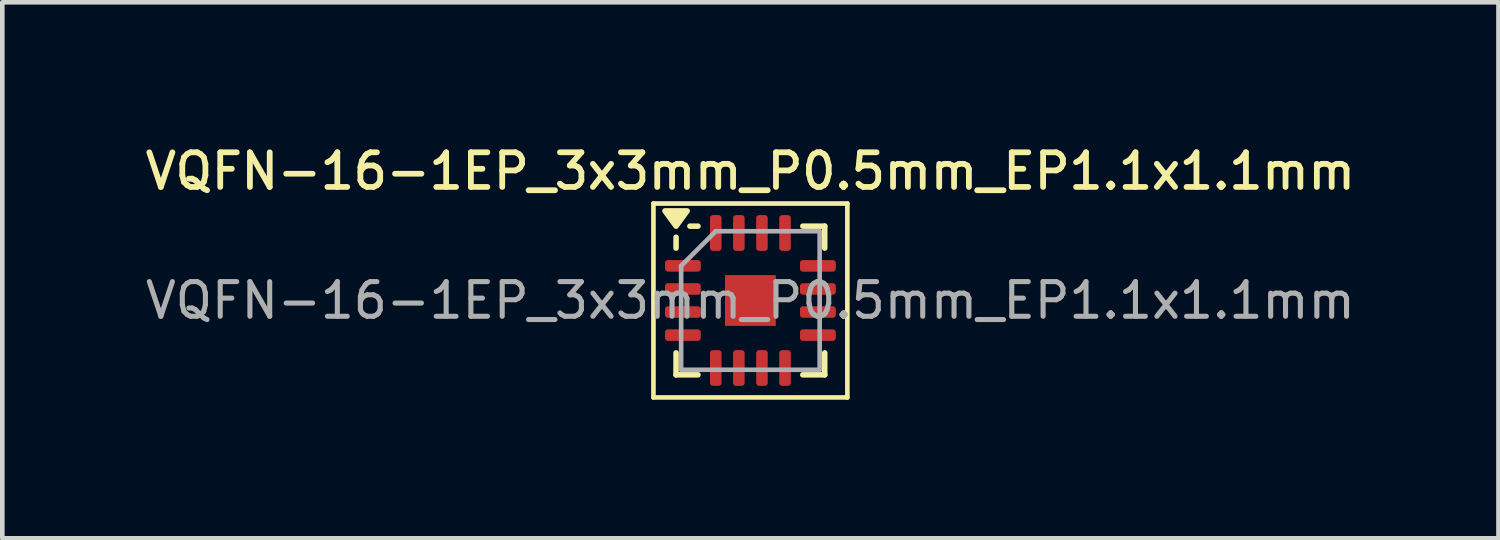
<source format=kicad_pcb>
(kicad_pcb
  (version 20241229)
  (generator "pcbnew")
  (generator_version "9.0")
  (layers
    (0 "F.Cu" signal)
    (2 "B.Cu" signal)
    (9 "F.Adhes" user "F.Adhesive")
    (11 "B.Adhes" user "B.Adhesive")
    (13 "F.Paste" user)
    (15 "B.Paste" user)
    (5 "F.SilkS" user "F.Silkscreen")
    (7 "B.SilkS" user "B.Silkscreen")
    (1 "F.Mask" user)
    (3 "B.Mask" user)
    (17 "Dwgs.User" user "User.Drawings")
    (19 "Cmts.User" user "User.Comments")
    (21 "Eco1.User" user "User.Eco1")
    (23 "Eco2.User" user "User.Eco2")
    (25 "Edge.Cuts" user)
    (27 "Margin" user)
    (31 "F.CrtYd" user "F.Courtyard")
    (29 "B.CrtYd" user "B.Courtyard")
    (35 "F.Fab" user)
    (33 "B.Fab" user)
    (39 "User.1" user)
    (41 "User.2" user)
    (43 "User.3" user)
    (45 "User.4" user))
  (footprint "VQFN-16-1EP_3x3mm_P0.5mm_EP1.1x1.1mm"
    (layer "F.Cu")
    (at 13.202 3.458)
    (property "Reference" "VQFN-16-1EP_3x3mm_P0.5mm_EP1.1x1.1mm" (at 0 -2.8 0) (layer "F.SilkS") (effects (font (size 0.75 0.75) (thickness 0.125))))
    (attr smd)
    (fp_line (start -2.1 -2.1) (end -2.1 2.1) (stroke (width 0.1) (type solid)) (layer "F.SilkS"))
    (fp_line (start -2.1 2.1) (end 2.1 2.1) (stroke (width 0.1) (type solid)) (layer "F.SilkS"))
    (fp_line (start -1.61 -1.135) (end -1.61 -1.37) (stroke (width 0.12) (type solid)) (layer "F.SilkS"))
    (fp_line (start -1.61 1.61) (end -1.61 1.135) (stroke (width 0.12) (type solid)) (layer "F.SilkS"))
    (fp_line (start -1.135 -1.61) (end -1.31 -1.61) (stroke (width 0.12) (type solid)) (layer "F.SilkS"))
    (fp_line (start -1.135 1.61) (end -1.61 1.61) (stroke (width 0.12) (type solid)) (layer "F.SilkS"))
    (fp_line (start 1.135 -1.61) (end 1.61 -1.61) (stroke (width 0.12) (type solid)) (layer "F.SilkS"))
    (fp_line (start 1.135 1.61) (end 1.61 1.61) (stroke (width 0.12) (type solid)) (layer "F.SilkS"))
    (fp_line (start 1.61 -1.61) (end 1.61 -1.135) (stroke (width 0.12) (type solid)) (layer "F.SilkS"))
    (fp_line (start 1.61 1.61) (end 1.61 1.135) (stroke (width 0.12) (type solid)) (layer "F.SilkS"))
    (fp_line (start 2.1 -2.1) (end -2.1 -2.1) (stroke (width 0.1) (type solid)) (layer "F.SilkS"))
    (fp_line (start 2.1 2.1) (end 2.1 -2.1) (stroke (width 0.1) (type solid)) (layer "F.SilkS"))
    (fp_poly (pts (xy -1.61 -1.61) (xy -1.85 -1.94) (xy -1.37 -1.94) (xy -1.61 -1.61)) (stroke (width 0.12) (type solid)) (fill yes) (layer "F.SilkS"))
    (fp_line (start -1.5 -0.75) (end -0.75 -1.5) (stroke (width 0.1) (type solid)) (layer "F.Fab"))
    (fp_line (start -1.5 1.5) (end -1.5 -0.75) (stroke (width 0.1) (type solid)) (layer "F.Fab"))
    (fp_line (start -0.75 -1.5) (end 1.5 -1.5) (stroke (width 0.1) (type solid)) (layer "F.Fab"))
    (fp_line (start 1.5 -1.5) (end 1.5 1.5) (stroke (width 0.1) (type solid)) (layer "F.Fab"))
    (fp_line (start 1.5 1.5) (end -1.5 1.5) (stroke (width 0.1) (type solid)) (layer "F.Fab"))
    (fp_text user "${REFERENCE}" (at 0 0 0) (layer "F.Fab") (effects (font (size 0.75 0.75) (thickness 0.11))))
    (pad "" smd roundrect (at 0 0) (size 0.89 0.89) (layers "F.Paste") (roundrect_rratio 0.25))
    (pad "1" smd roundrect (at -1.462 -0.75) (size 0.775 0.25) (layers "F.Cu" "F.Mask" "F.Paste") (roundrect_rratio 0.25))
    (pad "2" smd roundrect (at -1.462 -0.25) (size 0.775 0.25) (layers "F.Cu" "F.Mask" "F.Paste") (roundrect_rratio 0.25))
    (pad "3" smd roundrect (at -1.462 0.25) (size 0.775 0.25) (layers "F.Cu" "F.Mask" "F.Paste") (roundrect_rratio 0.25))
    (pad "4" smd roundrect (at -1.462 0.75) (size 0.775 0.25) (layers "F.Cu" "F.Mask" "F.Paste") (roundrect_rratio 0.25))
    (pad "5" smd roundrect (at -0.75 1.462) (size 0.25 0.775) (layers "F.Cu" "F.Mask" "F.Paste") (roundrect_rratio 0.25))
    (pad "6" smd roundrect (at -0.25 1.462) (size 0.25 0.775) (layers "F.Cu" "F.Mask" "F.Paste") (roundrect_rratio 0.25))
    (pad "7" smd roundrect (at 0.25 1.462) (size 0.25 0.775) (layers "F.Cu" "F.Mask" "F.Paste") (roundrect_rratio 0.25))
    (pad "8" smd roundrect (at 0.75 1.462) (size 0.25 0.775) (layers "F.Cu" "F.Mask" "F.Paste") (roundrect_rratio 0.25))
    (pad "9" smd roundrect (at 1.462 0.75) (size 0.775 0.25) (layers "F.Cu" "F.Mask" "F.Paste") (roundrect_rratio 0.25))
    (pad "10" smd roundrect (at 1.462 0.25) (size 0.775 0.25) (layers "F.Cu" "F.Mask" "F.Paste") (roundrect_rratio 0.25))
    (pad "11" smd roundrect (at 1.462 -0.25) (size 0.775 0.25) (layers "F.Cu" "F.Mask" "F.Paste") (roundrect_rratio 0.25))
    (pad "12" smd roundrect (at 1.462 -0.75) (size 0.775 0.25) (layers "F.Cu" "F.Mask" "F.Paste") (roundrect_rratio 0.25))
    (pad "13" smd roundrect (at 0.75 -1.462) (size 0.25 0.775) (layers "F.Cu" "F.Mask" "F.Paste") (roundrect_rratio 0.25))
    (pad "14" smd roundrect (at 0.25 -1.462) (size 0.25 0.775) (layers "F.Cu" "F.Mask" "F.Paste") (roundrect_rratio 0.25))
    (pad "15" smd roundrect (at -0.25 -1.462) (size 0.25 0.775) (layers "F.Cu" "F.Mask" "F.Paste") (roundrect_rratio 0.25))
    (pad "16" smd roundrect (at -0.75 -1.462) (size 0.25 0.775) (layers "F.Cu" "F.Mask" "F.Paste") (roundrect_rratio 0.25))
    (pad "17" smd rect (at 0 0) (size 1.1 1.1) (property pad_prop_heatsink) (layers "F.Cu" "F.Mask")))
  (gr_rect
    (start -3 -3)
    (end 29.404 8.608)
    (stroke (width 0.1) (type default))
    (fill no)
    (layer "Edge.Cuts")))
</source>
